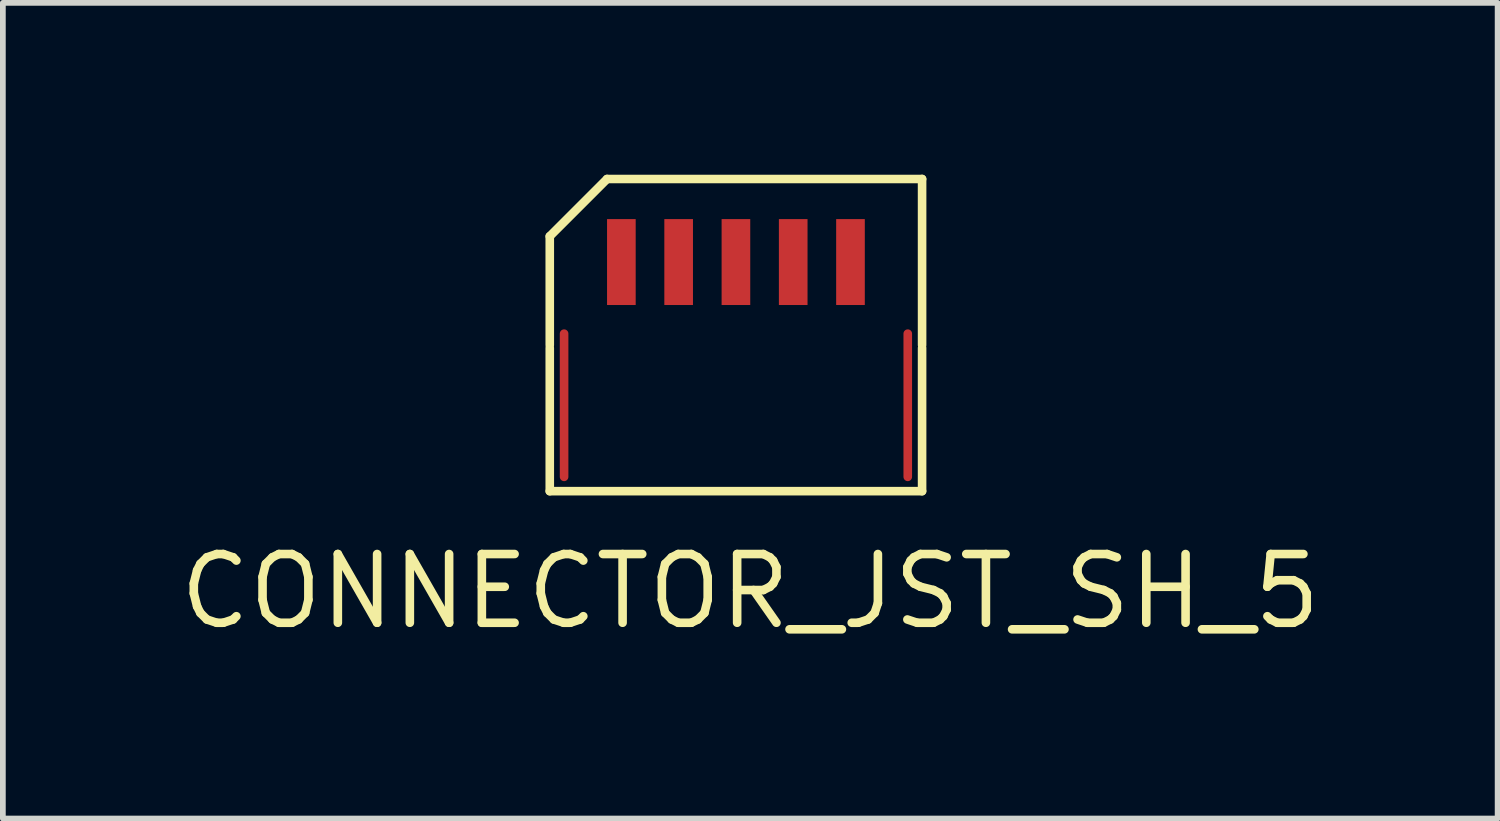
<source format=kicad_pcb>
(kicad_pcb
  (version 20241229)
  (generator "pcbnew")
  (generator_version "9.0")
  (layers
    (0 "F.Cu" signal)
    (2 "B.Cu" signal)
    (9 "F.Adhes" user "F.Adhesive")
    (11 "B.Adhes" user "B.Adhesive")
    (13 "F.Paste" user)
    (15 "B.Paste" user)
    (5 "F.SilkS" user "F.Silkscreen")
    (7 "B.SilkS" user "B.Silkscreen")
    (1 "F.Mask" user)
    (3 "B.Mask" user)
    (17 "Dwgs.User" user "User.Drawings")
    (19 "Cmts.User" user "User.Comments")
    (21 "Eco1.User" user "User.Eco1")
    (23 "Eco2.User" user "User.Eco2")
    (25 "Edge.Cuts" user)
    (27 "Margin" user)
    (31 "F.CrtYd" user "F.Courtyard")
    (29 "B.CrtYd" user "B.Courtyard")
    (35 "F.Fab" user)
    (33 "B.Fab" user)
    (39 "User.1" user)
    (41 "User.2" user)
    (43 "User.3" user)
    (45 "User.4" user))
  (footprint "CONNECTOR_JST_SH_5"
    (layer "F.Cu")
    (at 9.798 1.525)
    (property "Reference" "CONNECTOR_JST_SH_5" (at 0.25 5.75 0) (layer "F.SilkS") (effects (font (size 1.2 1.2) (thickness 0.15))))
    (attr through_hole)
    (fp_line (start -3 1.25) (end -3 3.75) (stroke (width 0.15) (type solid)) (layer "F.Cu"))
    (fp_line (start 3 1.25) (end 3 3.75) (stroke (width 0.15) (type solid)) (layer "F.Cu"))
    (fp_line (start -3.25 -0.45) (end -3.25 1.45) (stroke (width 0.15) (type solid)) (layer "F.SilkS"))
    (fp_line (start -3.25 1.5) (end -3.25 4) (stroke (width 0.15) (type solid)) (layer "F.SilkS"))
    (fp_line (start -3.25 4) (end 3.25 4) (stroke (width 0.15) (type solid)) (layer "F.SilkS"))
    (fp_line (start -2.25 -1.45) (end -3.25 -0.45) (stroke (width 0.15) (type solid)) (layer "F.SilkS"))
    (fp_line (start 3.25 -1.45) (end -2.25 -1.45) (stroke (width 0.15) (type solid)) (layer "F.SilkS"))
    (fp_line (start 3.25 1.45) (end 3.25 -1.45) (stroke (width 0.15) (type solid)) (layer "F.SilkS"))
    (fp_line (start 3.25 4) (end 3.25 1.5) (stroke (width 0.15) (type solid)) (layer "F.SilkS"))
    (pad "1" smd rect (at -2 0) (size 0.5 1.5) (layers "F.Cu" "F.Mask" "F.Paste"))
    (pad "2" smd rect (at -1 0) (size 0.5 1.5) (layers "F.Cu" "F.Mask" "F.Paste"))
    (pad "3" smd rect (at 0 0) (size 0.5 1.5) (layers "F.Cu" "F.Mask" "F.Paste"))
    (pad "4" smd rect (at 1 0) (size 0.5 1.5) (layers "F.Cu" "F.Mask" "F.Paste"))
    (pad "5" smd rect (at 2 0) (size 0.5 1.5) (layers "F.Cu" "F.Mask" "F.Paste")))
  (gr_rect
    (start -3 -3)
    (end 23.096 11.24)
    (stroke (width 0.1) (type default))
    (fill no)
    (layer "Edge.Cuts")))
</source>
